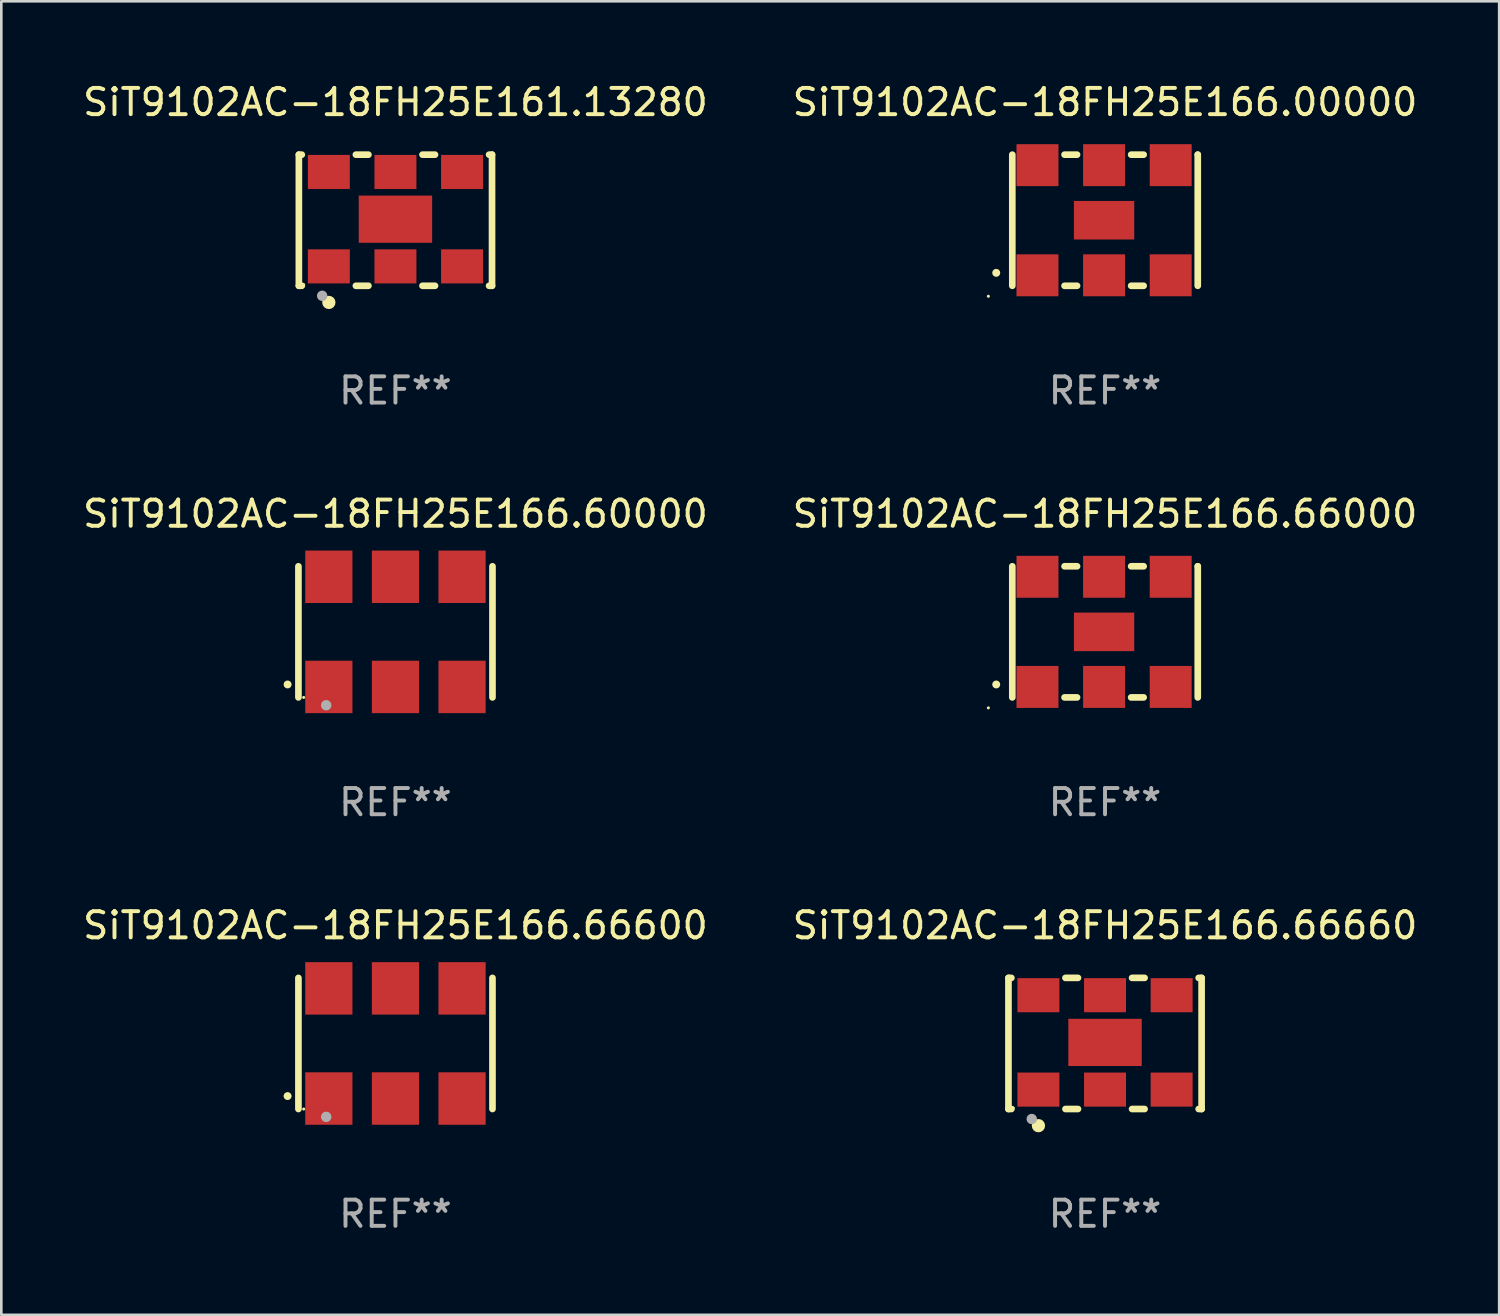
<source format=kicad_pcb>
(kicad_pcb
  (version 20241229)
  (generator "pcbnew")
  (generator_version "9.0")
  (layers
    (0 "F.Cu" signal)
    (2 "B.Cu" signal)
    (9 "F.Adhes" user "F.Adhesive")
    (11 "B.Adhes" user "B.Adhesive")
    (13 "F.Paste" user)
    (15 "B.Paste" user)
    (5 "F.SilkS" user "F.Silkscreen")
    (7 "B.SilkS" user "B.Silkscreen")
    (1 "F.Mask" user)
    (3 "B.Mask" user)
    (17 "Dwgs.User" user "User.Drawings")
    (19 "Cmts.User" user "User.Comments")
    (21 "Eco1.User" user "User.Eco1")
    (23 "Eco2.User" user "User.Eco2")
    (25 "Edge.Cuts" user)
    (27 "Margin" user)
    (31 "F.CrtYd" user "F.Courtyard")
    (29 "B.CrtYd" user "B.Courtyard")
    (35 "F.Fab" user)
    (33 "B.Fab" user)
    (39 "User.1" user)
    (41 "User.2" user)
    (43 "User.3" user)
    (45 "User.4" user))
  (footprint "SiT9102AC-18FH25E166.00000"
    (layer "F.Cu")
    (at 39.089 5.348)
    (property "Reference" "SiT9102AC-18FH25E166.00000" (at 0 -4.5 0) (layer "F.SilkS") (effects (font (size 1 1) (thickness 0.15))))
    (attr through_hole)
    (fp_line (start -3.536 -2.5) (end -3.536 2.5) (stroke (width 0.254) (type solid)) (layer "F.SilkS"))
    (fp_line (start -1.544 2.5) (end -1.067 2.5) (stroke (width 0.254) (type solid)) (layer "F.SilkS"))
    (fp_line (start -1.067 -2.5) (end -1.544 -2.5) (stroke (width 0.254) (type solid)) (layer "F.SilkS"))
    (fp_line (start 0.996 2.5) (end 1.473 2.5) (stroke (width 0.254) (type solid)) (layer "F.SilkS"))
    (fp_line (start 1.473 -2.5) (end 0.996 -2.5) (stroke (width 0.254) (type solid)) (layer "F.SilkS"))
    (fp_line (start 3.536 -2.5) (end 3.536 -2.5) (stroke (width 0.254) (type solid)) (layer "F.SilkS"))
    (fp_line (start 3.536 2.5) (end 3.536 -2.5) (stroke (width 0.254) (type solid)) (layer "F.SilkS"))
    (fp_arc (start -4.150432 2.006604) (mid -4.149162 2.006599) (end -4.147892 2.006604) (stroke (width 0.3) (type solid)) (layer "F.SilkS"))
    (fp_circle (center -4.449 2.9) (end -4.419 2.9) (stroke (width 0.06) (type solid)) (fill no) (layer "F.SilkS"))
    (fp_text user "REF**" (at 0 6.5 0) (layer "F.Fab") (effects (font (size 1 1) (thickness 0.15))))
    (pad "1" smd rect (at -2.576 2.1) (size 1.6 1.6) (layers "F.Cu" "F.Mask" "F.Paste"))
    (pad "2" smd rect (at -0.036 2.1) (size 1.6 1.6) (layers "F.Cu" "F.Mask" "F.Paste"))
    (pad "3" smd rect (at 2.504 2.1) (size 1.6 1.6) (layers "F.Cu" "F.Mask" "F.Paste"))
    (pad "4" smd rect (at 2.504 -2.1) (size 1.6 1.6) (layers "F.Cu" "F.Mask" "F.Paste"))
    (pad "5" smd rect (at -0.036 -2.1) (size 1.6 1.6) (layers "F.Cu" "F.Mask" "F.Paste"))
    (pad "6" smd rect (at -2.576 -2.1) (size 1.6 1.6) (layers "F.Cu" "F.Mask" "F.Paste"))
    (pad "7" smd rect (at -0.036 0) (size 2.3 1.47) (layers "F.Cu" "F.Mask" "F.Paste")))
  (footprint "SiT9102AC-18FH25E161.13280"
    (layer "F.Cu")
    (at 12.03 5.348)
    (property "Reference" "SiT9102AC-18FH25E161.13280" (at 0 -4.5 0) (layer "F.SilkS") (effects (font (size 1 1) (thickness 0.15))))
    (attr through_hole)
    (fp_line (start -3.683 -2.5) (end -3.571 -2.5) (stroke (width 0.254) (type solid)) (layer "F.SilkS"))
    (fp_line (start -3.683 2.5) (end -3.683 -2.5) (stroke (width 0.254) (type solid)) (layer "F.SilkS"))
    (fp_line (start -3.683 2.5) (end -3.571 2.5) (stroke (width 0.254) (type solid)) (layer "F.SilkS"))
    (fp_line (start -1.509 -2.5) (end -1.031 -2.5) (stroke (width 0.254) (type solid)) (layer "F.SilkS"))
    (fp_line (start -1.509 2.5) (end -1.031 2.5) (stroke (width 0.254) (type solid)) (layer "F.SilkS"))
    (fp_line (start 1.031 -2.5) (end 1.509 -2.5) (stroke (width 0.254) (type solid)) (layer "F.SilkS"))
    (fp_line (start 1.031 2.5) (end 1.509 2.5) (stroke (width 0.254) (type solid)) (layer "F.SilkS"))
    (fp_line (start 3.571 -2.5) (end 3.683 -2.5) (stroke (width 0.254) (type solid)) (layer "F.SilkS"))
    (fp_line (start 3.571 2.5) (end 3.683 2.5) (stroke (width 0.254) (type solid)) (layer "F.SilkS"))
    (fp_line (start 3.683 2.5) (end 3.683 -2.5) (stroke (width 0.254) (type solid)) (layer "F.SilkS"))
    (fp_circle (center -3.5 2.46) (end -3.47 2.46) (stroke (width 0.06) (type solid)) (fill no) (layer "F.SilkS"))
    (fp_circle (center -2.54 3.135) (end -2.413 3.135) (stroke (width 0.254) (type solid)) (fill no) (layer "F.SilkS"))
    (fp_circle (center -2.794 2.881) (end -2.694 2.881) (stroke (width 0.2) (type solid)) (fill no) (layer "F.Fab"))
    (fp_text user "REF**" (at 0 6.5 0) (layer "F.Fab") (effects (font (size 1 1) (thickness 0.15))))
    (pad "1" smd rect (at -2.54 1.76) (size 1.6 1.3) (layers "F.Cu" "F.Mask" "F.Paste"))
    (pad "2" smd rect (at 0 1.76) (size 1.6 1.3) (layers "F.Cu" "F.Mask" "F.Paste"))
    (pad "3" smd rect (at 2.54 1.76) (size 1.6 1.3) (layers "F.Cu" "F.Mask" "F.Paste"))
    (pad "4" smd rect (at 2.54 -1.84) (size 1.6 1.3) (layers "F.Cu" "F.Mask" "F.Paste"))
    (pad "5" smd rect (at 0 -1.84) (size 1.6 1.3) (layers "F.Cu" "F.Mask" "F.Paste"))
    (pad "6" smd rect (at -2.54 -1.84) (size 1.6 1.3) (layers "F.Cu" "F.Mask" "F.Paste"))
    (pad "7" smd rect (at 0 -0.04) (size 2.8 1.8) (layers "F.Cu" "F.Mask" "F.Paste")))
  (footprint "SiT9102AC-18FH25E166.66600"
    (layer "F.Cu")
    (at 12.03 36.741)
    (property "Reference" "SiT9102AC-18FH25E166.66600" (at 0 -4.5 0) (layer "F.SilkS") (effects (font (size 1 1) (thickness 0.15))))
    (attr through_hole)
    (fp_line (start -3.7 -2.5) (end -3.7 2.5) (stroke (width 0.254) (type solid)) (layer "F.SilkS"))
    (fp_line (start 3.7 -2.5) (end 3.7 2.5) (stroke (width 0.254) (type solid)) (layer "F.SilkS"))
    (fp_arc (start -4.114415 2.006604) (mid -4.113145 2.006599) (end -4.111875 2.006604) (stroke (width 0.3) (type solid)) (layer "F.SilkS"))
    (fp_circle (center -3.5 2.501) (end -3.47 2.501) (stroke (width 0.06) (type solid)) (fill no) (layer "F.SilkS"))
    (fp_circle (center -2.641 2.799) (end -2.541 2.799) (stroke (width 0.2) (type solid)) (fill no) (layer "F.Fab"))
    (fp_text user "REF**" (at 0 6.5 0) (layer "F.Fab") (effects (font (size 1 1) (thickness 0.15))))
    (pad "1" smd rect (at -2.54 2.1) (size 1.8 2) (layers "F.Cu" "F.Mask" "F.Paste"))
    (pad "2" smd rect (at 0.000394 2.1) (size 1.8 2) (layers "F.Cu" "F.Mask" "F.Paste"))
    (pad "3" smd rect (at 2.54 2.1) (size 1.8 2) (layers "F.Cu" "F.Mask" "F.Paste"))
    (pad "4" smd rect (at 2.54 -2.1) (size 1.8 2) (layers "F.Cu" "F.Mask" "F.Paste"))
    (pad "5" smd rect (at 0.000394 -2.1) (size 1.8 2) (layers "F.Cu" "F.Mask" "F.Paste"))
    (pad "6" smd rect (at -2.54 -2.1) (size 1.8 2) (layers "F.Cu" "F.Mask" "F.Paste")))
  (footprint "SiT9102AC-18FH25E166.66000"
    (layer "F.Cu")
    (at 39.089 21.045)
    (property "Reference" "SiT9102AC-18FH25E166.66000" (at 0 -4.5 0) (layer "F.SilkS") (effects (font (size 1 1) (thickness 0.15))))
    (attr through_hole)
    (fp_line (start -3.536 -2.5) (end -3.536 2.5) (stroke (width 0.254) (type solid)) (layer "F.SilkS"))
    (fp_line (start -1.544 2.5) (end -1.067 2.5) (stroke (width 0.254) (type solid)) (layer "F.SilkS"))
    (fp_line (start -1.067 -2.5) (end -1.544 -2.5) (stroke (width 0.254) (type solid)) (layer "F.SilkS"))
    (fp_line (start 0.996 2.5) (end 1.473 2.5) (stroke (width 0.254) (type solid)) (layer "F.SilkS"))
    (fp_line (start 1.473 -2.5) (end 0.996 -2.5) (stroke (width 0.254) (type solid)) (layer "F.SilkS"))
    (fp_line (start 3.536 -2.5) (end 3.536 -2.5) (stroke (width 0.254) (type solid)) (layer "F.SilkS"))
    (fp_line (start 3.536 2.5) (end 3.536 -2.5) (stroke (width 0.254) (type solid)) (layer "F.SilkS"))
    (fp_arc (start -4.150432 2.006604) (mid -4.149162 2.006599) (end -4.147892 2.006604) (stroke (width 0.3) (type solid)) (layer "F.SilkS"))
    (fp_circle (center -4.449 2.9) (end -4.419 2.9) (stroke (width 0.06) (type solid)) (fill no) (layer "F.SilkS"))
    (fp_text user "REF**" (at 0 6.5 0) (layer "F.Fab") (effects (font (size 1 1) (thickness 0.15))))
    (pad "1" smd rect (at -2.576 2.1) (size 1.6 1.6) (layers "F.Cu" "F.Mask" "F.Paste"))
    (pad "2" smd rect (at -0.036 2.1) (size 1.6 1.6) (layers "F.Cu" "F.Mask" "F.Paste"))
    (pad "3" smd rect (at 2.504 2.1) (size 1.6 1.6) (layers "F.Cu" "F.Mask" "F.Paste"))
    (pad "4" smd rect (at 2.504 -2.1) (size 1.6 1.6) (layers "F.Cu" "F.Mask" "F.Paste"))
    (pad "5" smd rect (at -0.036 -2.1) (size 1.6 1.6) (layers "F.Cu" "F.Mask" "F.Paste"))
    (pad "6" smd rect (at -2.576 -2.1) (size 1.6 1.6) (layers "F.Cu" "F.Mask" "F.Paste"))
    (pad "7" smd rect (at -0.036 0) (size 2.3 1.47) (layers "F.Cu" "F.Mask" "F.Paste")))
  (footprint "SiT9102AC-18FH25E166.66660"
    (layer "F.Cu")
    (at 39.089 36.741)
    (property "Reference" "SiT9102AC-18FH25E166.66660" (at 0 -4.5 0) (layer "F.SilkS") (effects (font (size 1 1) (thickness 0.15))))
    (attr through_hole)
    (fp_line (start -3.683 -2.5) (end -3.571 -2.5) (stroke (width 0.254) (type solid)) (layer "F.SilkS"))
    (fp_line (start -3.683 2.5) (end -3.683 -2.5) (stroke (width 0.254) (type solid)) (layer "F.SilkS"))
    (fp_line (start -3.683 2.5) (end -3.571 2.5) (stroke (width 0.254) (type solid)) (layer "F.SilkS"))
    (fp_line (start -1.509 -2.5) (end -1.031 -2.5) (stroke (width 0.254) (type solid)) (layer "F.SilkS"))
    (fp_line (start -1.509 2.5) (end -1.031 2.5) (stroke (width 0.254) (type solid)) (layer "F.SilkS"))
    (fp_line (start 1.031 -2.5) (end 1.509 -2.5) (stroke (width 0.254) (type solid)) (layer "F.SilkS"))
    (fp_line (start 1.031 2.5) (end 1.509 2.5) (stroke (width 0.254) (type solid)) (layer "F.SilkS"))
    (fp_line (start 3.571 -2.5) (end 3.683 -2.5) (stroke (width 0.254) (type solid)) (layer "F.SilkS"))
    (fp_line (start 3.571 2.5) (end 3.683 2.5) (stroke (width 0.254) (type solid)) (layer "F.SilkS"))
    (fp_line (start 3.683 2.5) (end 3.683 -2.5) (stroke (width 0.254) (type solid)) (layer "F.SilkS"))
    (fp_circle (center -3.5 2.46) (end -3.47 2.46) (stroke (width 0.06) (type solid)) (fill no) (layer "F.SilkS"))
    (fp_circle (center -2.54 3.135) (end -2.413 3.135) (stroke (width 0.254) (type solid)) (fill no) (layer "F.SilkS"))
    (fp_circle (center -2.794 2.881) (end -2.694 2.881) (stroke (width 0.2) (type solid)) (fill no) (layer "F.Fab"))
    (fp_text user "REF**" (at 0 6.5 0) (layer "F.Fab") (effects (font (size 1 1) (thickness 0.15))))
    (pad "1" smd rect (at -2.54 1.76) (size 1.6 1.3) (layers "F.Cu" "F.Mask" "F.Paste"))
    (pad "2" smd rect (at 0 1.76) (size 1.6 1.3) (layers "F.Cu" "F.Mask" "F.Paste"))
    (pad "3" smd rect (at 2.54 1.76) (size 1.6 1.3) (layers "F.Cu" "F.Mask" "F.Paste"))
    (pad "4" smd rect (at 2.54 -1.84) (size 1.6 1.3) (layers "F.Cu" "F.Mask" "F.Paste"))
    (pad "5" smd rect (at 0 -1.84) (size 1.6 1.3) (layers "F.Cu" "F.Mask" "F.Paste"))
    (pad "6" smd rect (at -2.54 -1.84) (size 1.6 1.3) (layers "F.Cu" "F.Mask" "F.Paste"))
    (pad "7" smd rect (at 0 -0.04) (size 2.8 1.8) (layers "F.Cu" "F.Mask" "F.Paste")))
  (footprint "SiT9102AC-18FH25E166.60000"
    (layer "F.Cu")
    (at 12.03 21.045)
    (property "Reference" "SiT9102AC-18FH25E166.60000" (at 0 -4.5 0) (layer "F.SilkS") (effects (font (size 1 1) (thickness 0.15))))
    (attr through_hole)
    (fp_line (start -3.7 -2.5) (end -3.7 2.5) (stroke (width 0.254) (type solid)) (layer "F.SilkS"))
    (fp_line (start 3.7 -2.5) (end 3.7 2.5) (stroke (width 0.254) (type solid)) (layer "F.SilkS"))
    (fp_arc (start -4.114415 2.006604) (mid -4.113145 2.006599) (end -4.111875 2.006604) (stroke (width 0.3) (type solid)) (layer "F.SilkS"))
    (fp_circle (center -3.5 2.501) (end -3.47 2.501) (stroke (width 0.06) (type solid)) (fill no) (layer "F.SilkS"))
    (fp_circle (center -2.641 2.799) (end -2.541 2.799) (stroke (width 0.2) (type solid)) (fill no) (layer "F.Fab"))
    (fp_text user "REF**" (at 0 6.5 0) (layer "F.Fab") (effects (font (size 1 1) (thickness 0.15))))
    (pad "1" smd rect (at -2.54 2.1) (size 1.8 2) (layers "F.Cu" "F.Mask" "F.Paste"))
    (pad "2" smd rect (at 0.000394 2.1) (size 1.8 2) (layers "F.Cu" "F.Mask" "F.Paste"))
    (pad "3" smd rect (at 2.54 2.1) (size 1.8 2) (layers "F.Cu" "F.Mask" "F.Paste"))
    (pad "4" smd rect (at 2.54 -2.1) (size 1.8 2) (layers "F.Cu" "F.Mask" "F.Paste"))
    (pad "5" smd rect (at 0.000394 -2.1) (size 1.8 2) (layers "F.Cu" "F.Mask" "F.Paste"))
    (pad "6" smd rect (at -2.54 -2.1) (size 1.8 2) (layers "F.Cu" "F.Mask" "F.Paste")))
  (gr_rect
    (start -3 -3)
    (end 54.119 47.09)
    (stroke (width 0.1) (type default))
    (fill no)
    (layer "Edge.Cuts")))
</source>
